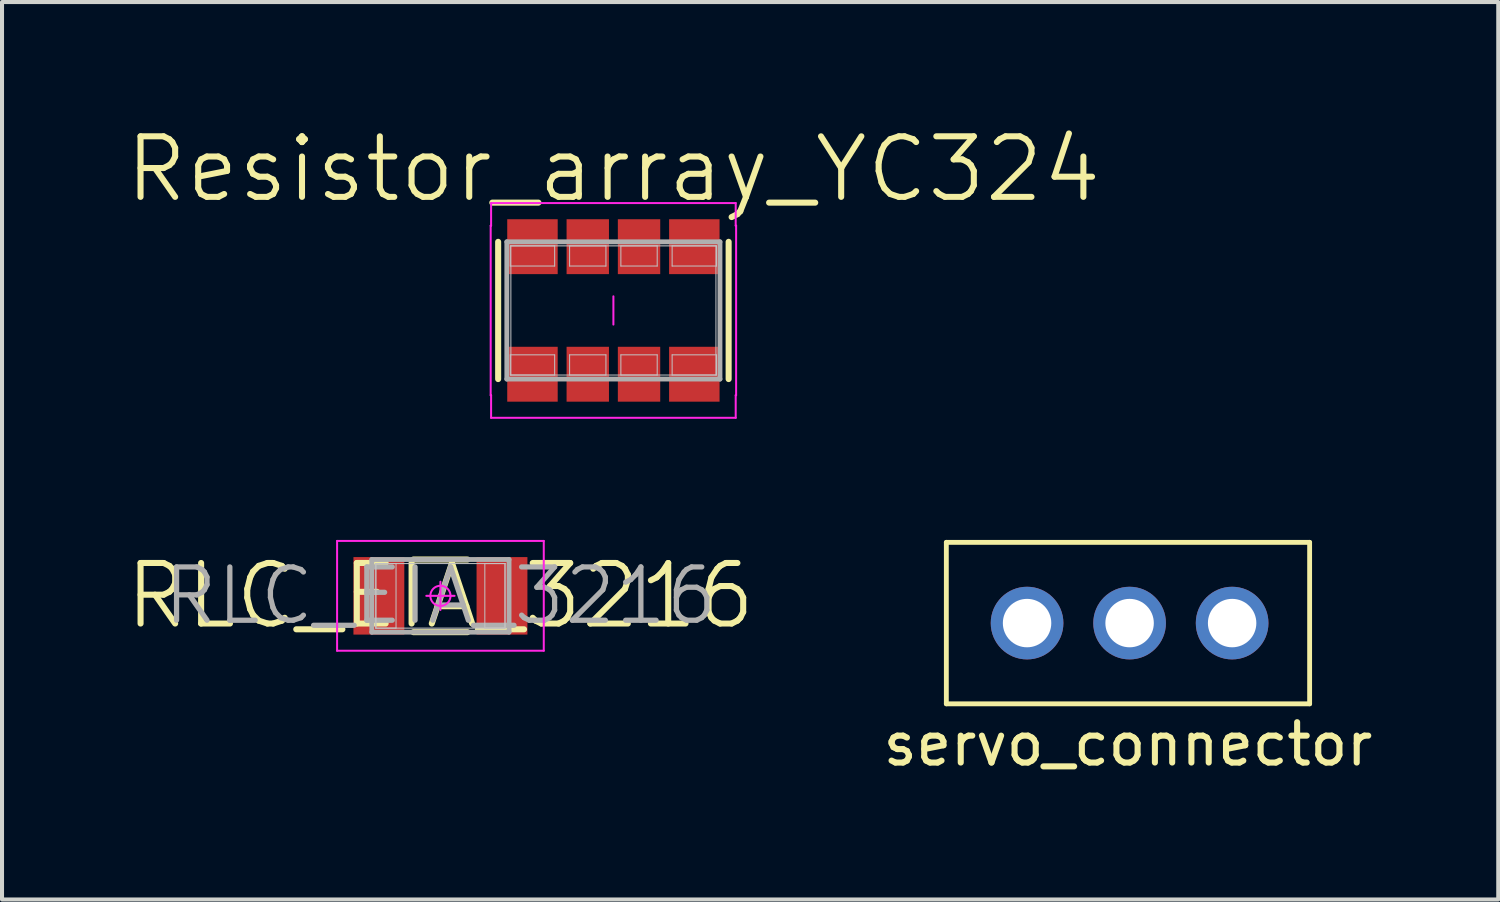
<source format=kicad_pcb>
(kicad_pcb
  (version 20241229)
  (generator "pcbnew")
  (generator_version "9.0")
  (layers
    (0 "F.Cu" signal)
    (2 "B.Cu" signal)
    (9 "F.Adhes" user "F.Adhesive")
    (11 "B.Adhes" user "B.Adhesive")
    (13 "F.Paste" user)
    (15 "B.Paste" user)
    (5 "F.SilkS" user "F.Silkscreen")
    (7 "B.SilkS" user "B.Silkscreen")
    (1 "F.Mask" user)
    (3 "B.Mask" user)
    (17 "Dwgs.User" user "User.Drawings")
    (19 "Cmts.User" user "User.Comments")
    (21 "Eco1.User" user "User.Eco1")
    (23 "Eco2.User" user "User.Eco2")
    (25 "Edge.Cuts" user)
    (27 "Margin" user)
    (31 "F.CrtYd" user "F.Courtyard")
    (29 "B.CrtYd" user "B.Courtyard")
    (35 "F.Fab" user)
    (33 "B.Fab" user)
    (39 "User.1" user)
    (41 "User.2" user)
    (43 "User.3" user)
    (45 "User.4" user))
  (footprint "RLC_EIA_3216"
    (layer "F.Cu")
    (at 7.861 11.711)
    (property "Reference" "RLC_EIA_3216" (at 0 0 0) (layer "F.SilkS") (effects (font (size 1.5 1.5) (thickness 0.15))))
    (attr smd)
    (fp_line (start -0.67 -0.9) (end 0.67 -0.9) (stroke (width 0.15) (type solid)) (layer "F.SilkS"))
    (fp_line (start -0.67 0.9) (end 0.67 0.9) (stroke (width 0.15) (type solid)) (layer "F.SilkS"))
    (fp_line (start -1.6 -0.8) (end -1.1 -0.8) (stroke (width 0.025) (type solid)) (layer "Dwgs.User"))
    (fp_line (start -1.6 -0.8) (end 1.6 -0.8) (stroke (width 0.025) (type solid)) (layer "Dwgs.User"))
    (fp_line (start -1.6 0.8) (end -1.6 -0.8) (stroke (width 0.025) (type solid)) (layer "Dwgs.User"))
    (fp_line (start -1.6 0.8) (end -1.6 -0.8) (stroke (width 0.025) (type solid)) (layer "Dwgs.User"))
    (fp_line (start -1.1 -0.8) (end -1.1 0.8) (stroke (width 0.025) (type solid)) (layer "Dwgs.User"))
    (fp_line (start -1.1 0.8) (end -1.6 0.8) (stroke (width 0.025) (type solid)) (layer "Dwgs.User"))
    (fp_line (start 1.1 -0.8) (end 1.6 -0.8) (stroke (width 0.025) (type solid)) (layer "Dwgs.User"))
    (fp_line (start 1.1 0.8) (end 1.1 -0.8) (stroke (width 0.025) (type solid)) (layer "Dwgs.User"))
    (fp_line (start 1.6 -0.8) (end 1.6 0.8) (stroke (width 0.025) (type solid)) (layer "Dwgs.User"))
    (fp_line (start 1.6 -0.8) (end 1.6 0.8) (stroke (width 0.025) (type solid)) (layer "Dwgs.User"))
    (fp_line (start 1.6 0.8) (end -1.6 0.8) (stroke (width 0.025) (type solid)) (layer "Dwgs.User"))
    (fp_line (start 1.6 0.8) (end 1.1 0.8) (stroke (width 0.025) (type solid)) (layer "Dwgs.User"))
    (fp_line (start -2.56 -1.36) (end 2.56 -1.36) (stroke (width 0.05) (type solid)) (layer "F.CrtYd"))
    (fp_line (start -2.56 1.36) (end -2.56 -1.36) (stroke (width 0.05) (type solid)) (layer "F.CrtYd"))
    (fp_line (start 0 -0.35) (end 0 0.35) (stroke (width 0.05) (type solid)) (layer "F.CrtYd"))
    (fp_line (start 0.35 0) (end -0.35 0) (stroke (width 0.05) (type solid)) (layer "F.CrtYd"))
    (fp_line (start 2.56 -1.36) (end 2.56 1.36) (stroke (width 0.05) (type solid)) (layer "F.CrtYd"))
    (fp_line (start 2.56 1.36) (end -2.56 1.36) (stroke (width 0.05) (type solid)) (layer "F.CrtYd"))
    (fp_circle (center 0 0) (end 0 0.25) (stroke (width 0.05) (type solid)) (fill no) (layer "F.CrtYd"))
    (fp_line (start -1.7 -0.9) (end 1.7 -0.9) (stroke (width 0.12) (type solid)) (layer "F.Fab"))
    (fp_line (start -1.7 0.9) (end -1.7 -0.9) (stroke (width 0.12) (type solid)) (layer "F.Fab"))
    (fp_line (start 1.7 -0.9) (end 1.7 0.9) (stroke (width 0.12) (type solid)) (layer "F.Fab"))
    (fp_line (start 1.7 0.9) (end -1.7 0.9) (stroke (width 0.12) (type solid)) (layer "F.Fab"))
    (fp_text user "${REFERENCE}" (at 0 0 0) (layer "F.Fab") (effects (font (size 1.32 1.32) (thickness 0.13))))
    (pad "1" smd rect (at -1.525 0) (size 1.26 1.92) (layers "F.Cu" "F.Mask" "F.Paste"))
    (pad "2" smd rect (at 1.525 0) (size 1.26 1.92) (layers "F.Cu" "F.Mask" "F.Paste")))
  (footprint "servo_connector"
    (layer "F.Cu")
    (at 24.894 12.386)
    (property "Reference" "servo_connector" (at 0 3 0) (layer "F.SilkS") (effects (font (size 1 1) (thickness 0.15))))
    (attr through_hole)
    (fp_line (start -4.5 -2) (end -4.5 2) (stroke (width 0.12) (type solid)) (layer "F.SilkS"))
    (fp_line (start -4.5 2) (end 4.5 2) (stroke (width 0.12) (type solid)) (layer "F.SilkS"))
    (fp_line (start 4.5 -2) (end -4.5 -2) (stroke (width 0.12) (type solid)) (layer "F.SilkS"))
    (fp_line (start 4.5 2) (end 4.5 -2) (stroke (width 0.12) (type solid)) (layer "F.SilkS"))
    (pad "1" thru_hole circle (at -2.5 0) (size 1.8 1.8) (drill 1.2) (layers "*.Cu" "*.Mask"))
    (pad "2" thru_hole circle (at 0.04 0) (size 1.8 1.8) (drill 1.2) (layers "*.Cu" "*.Mask"))
    (pad "3" thru_hole circle (at 2.58 0) (size 1.8 1.8) (drill 1.2) (layers "*.Cu" "*.Mask")))
  (footprint "Resistor_array_YC324"
    (layer "F.Cu")
    (at 12.146 4.641)
    (property "Reference" "Resistor_array_YC324" (at 0 -3.5 0) (layer "F.SilkS") (effects (font (size 1.5 1.5) (thickness 0.15))))
    (attr smd)
    (fp_line (start -2.855 1.7) (end -2.855 -1.7) (stroke (width 0.15) (type solid)) (layer "F.SilkS"))
    (fp_line (start 2.855 1.7) (end 2.855 -1.7) (stroke (width 0.15) (type solid)) (layer "F.SilkS"))
    (fp_line (start -2.555 -1.6) (end -1.455 -1.6) (stroke (width 0.025) (type solid)) (layer "Dwgs.User"))
    (fp_line (start -2.555 -1.1) (end -2.555 -1.6) (stroke (width 0.025) (type solid)) (layer "Dwgs.User"))
    (fp_line (start -2.555 1.1) (end -1.455 1.1) (stroke (width 0.025) (type solid)) (layer "Dwgs.User"))
    (fp_line (start -2.555 1.6) (end -2.555 1.1) (stroke (width 0.025) (type solid)) (layer "Dwgs.User"))
    (fp_line (start -2.54 -1.6) (end 2.54 -1.6) (stroke (width 0.025) (type solid)) (layer "Dwgs.User"))
    (fp_line (start -2.54 1.6) (end -2.54 -1.6) (stroke (width 0.025) (type solid)) (layer "Dwgs.User"))
    (fp_line (start -1.455 -1.6) (end -1.455 -1.1) (stroke (width 0.025) (type solid)) (layer "Dwgs.User"))
    (fp_line (start -1.455 -1.1) (end -2.555 -1.1) (stroke (width 0.025) (type solid)) (layer "Dwgs.User"))
    (fp_line (start -1.455 1.1) (end -1.455 1.6) (stroke (width 0.025) (type solid)) (layer "Dwgs.User"))
    (fp_line (start -1.455 1.6) (end -2.555 1.6) (stroke (width 0.025) (type solid)) (layer "Dwgs.User"))
    (fp_line (start -1.085 -1.6) (end -0.185 -1.6) (stroke (width 0.025) (type solid)) (layer "Dwgs.User"))
    (fp_line (start -1.085 -1.1) (end -1.085 -1.6) (stroke (width 0.025) (type solid)) (layer "Dwgs.User"))
    (fp_line (start -1.085 1.1) (end -0.185 1.1) (stroke (width 0.025) (type solid)) (layer "Dwgs.User"))
    (fp_line (start -1.085 1.6) (end -1.085 1.1) (stroke (width 0.025) (type solid)) (layer "Dwgs.User"))
    (fp_line (start -0.185 -1.6) (end -0.185 -1.1) (stroke (width 0.025) (type solid)) (layer "Dwgs.User"))
    (fp_line (start -0.185 -1.1) (end -1.085 -1.1) (stroke (width 0.025) (type solid)) (layer "Dwgs.User"))
    (fp_line (start -0.185 1.1) (end -0.185 1.6) (stroke (width 0.025) (type solid)) (layer "Dwgs.User"))
    (fp_line (start -0.185 1.6) (end -1.085 1.6) (stroke (width 0.025) (type solid)) (layer "Dwgs.User"))
    (fp_line (start 0.185 -1.6) (end 1.085 -1.6) (stroke (width 0.025) (type solid)) (layer "Dwgs.User"))
    (fp_line (start 0.185 -1.1) (end 0.185 -1.6) (stroke (width 0.025) (type solid)) (layer "Dwgs.User"))
    (fp_line (start 0.185 1.1) (end 1.085 1.1) (stroke (width 0.025) (type solid)) (layer "Dwgs.User"))
    (fp_line (start 0.185 1.6) (end 0.185 1.1) (stroke (width 0.025) (type solid)) (layer "Dwgs.User"))
    (fp_line (start 1.085 -1.6) (end 1.085 -1.1) (stroke (width 0.025) (type solid)) (layer "Dwgs.User"))
    (fp_line (start 1.085 -1.1) (end 0.185 -1.1) (stroke (width 0.025) (type solid)) (layer "Dwgs.User"))
    (fp_line (start 1.085 1.1) (end 1.085 1.6) (stroke (width 0.025) (type solid)) (layer "Dwgs.User"))
    (fp_line (start 1.085 1.6) (end 0.185 1.6) (stroke (width 0.025) (type solid)) (layer "Dwgs.User"))
    (fp_line (start 1.455 -1.6) (end 2.555 -1.6) (stroke (width 0.025) (type solid)) (layer "Dwgs.User"))
    (fp_line (start 1.455 -1.1) (end 1.455 -1.6) (stroke (width 0.025) (type solid)) (layer "Dwgs.User"))
    (fp_line (start 1.455 1.1) (end 2.555 1.1) (stroke (width 0.025) (type solid)) (layer "Dwgs.User"))
    (fp_line (start 1.455 1.6) (end 1.455 1.1) (stroke (width 0.025) (type solid)) (layer "Dwgs.User"))
    (fp_line (start 2.54 -1.6) (end 2.54 1.6) (stroke (width 0.025) (type solid)) (layer "Dwgs.User"))
    (fp_line (start 2.54 1.6) (end -2.54 1.6) (stroke (width 0.025) (type solid)) (layer "Dwgs.User"))
    (fp_line (start 2.555 -1.6) (end 2.555 -1.1) (stroke (width 0.025) (type solid)) (layer "Dwgs.User"))
    (fp_line (start 2.555 -1.1) (end 1.455 -1.1) (stroke (width 0.025) (type solid)) (layer "Dwgs.User"))
    (fp_line (start 2.555 1.1) (end 2.555 1.6) (stroke (width 0.025) (type solid)) (layer "Dwgs.User"))
    (fp_line (start 2.555 1.6) (end 1.455 1.6) (stroke (width 0.025) (type solid)) (layer "Dwgs.User"))
    (fp_line (start -3.04 -2.1) (end -3.04 2.1) (stroke (width 0.05) (type solid)) (layer "F.CrtYd"))
    (fp_line (start -3.04 2.1) (end -3.03 2.1) (stroke (width 0.05) (type solid)) (layer "F.CrtYd"))
    (fp_line (start -3.03 -2.66) (end -3.03 -2.1) (stroke (width 0.05) (type solid)) (layer "F.CrtYd"))
    (fp_line (start -3.03 -2.1) (end -3.04 -2.1) (stroke (width 0.05) (type solid)) (layer "F.CrtYd"))
    (fp_line (start -3.03 2.1) (end -3.03 2.66) (stroke (width 0.05) (type solid)) (layer "F.CrtYd"))
    (fp_line (start -3.03 2.66) (end 3.03 2.66) (stroke (width 0.05) (type solid)) (layer "F.CrtYd"))
    (fp_line (start 0 -0.35) (end 0 0.35) (stroke (width 0.05) (type solid)) (layer "F.CrtYd"))
    (fp_line (start 3.03 -2.66) (end -3.03 -2.66) (stroke (width 0.05) (type solid)) (layer "F.CrtYd"))
    (fp_line (start 3.03 -2.1) (end 3.03 -2.66) (stroke (width 0.05) (type solid)) (layer "F.CrtYd"))
    (fp_line (start 3.03 2.1) (end 3.04 2.1) (stroke (width 0.05) (type solid)) (layer "F.CrtYd"))
    (fp_line (start 3.03 2.66) (end 3.03 2.1) (stroke (width 0.05) (type solid)) (layer "F.CrtYd"))
    (fp_line (start 3.04 -2.1) (end 3.03 -2.1) (stroke (width 0.05) (type solid)) (layer "F.CrtYd"))
    (fp_line (start 3.04 2.1) (end 3.04 -2.1) (stroke (width 0.05) (type solid)) (layer "F.CrtYd"))
    (fp_line (start -2.64 -1.7) (end 2.64 -1.7) (stroke (width 0.12) (type solid)) (layer "F.Fab"))
    (fp_line (start -2.64 1.7) (end -2.64 -1.7) (stroke (width 0.12) (type solid)) (layer "F.Fab"))
    (fp_line (start 2.64 -1.7) (end 2.64 1.7) (stroke (width 0.12) (type solid)) (layer "F.Fab"))
    (fp_line (start 2.64 1.7) (end -2.64 1.7) (stroke (width 0.12) (type solid)) (layer "F.Fab"))
    (pad "1" smd rect (at -2.005 1.58 90) (size 1.36 1.25) (layers "F.Cu" "F.Mask" "F.Paste"))
    (pad "2" smd rect (at -0.635 1.58 90) (size 1.36 1.05) (layers "F.Cu" "F.Mask" "F.Paste"))
    (pad "3" smd rect (at 0.635 1.58 90) (size 1.36 1.05) (layers "F.Cu" "F.Mask" "F.Paste"))
    (pad "4" smd rect (at 2.005 1.58 90) (size 1.36 1.25) (layers "F.Cu" "F.Mask" "F.Paste"))
    (pad "5" smd rect (at 2.005 -1.58 90) (size 1.36 1.25) (layers "F.Cu" "F.Mask" "F.Paste"))
    (pad "6" smd rect (at 0.635 -1.58 90) (size 1.36 1.05) (layers "F.Cu" "F.Mask" "F.Paste"))
    (pad "7" smd rect (at -0.635 -1.58 90) (size 1.36 1.05) (layers "F.Cu" "F.Mask" "F.Paste"))
    (pad "8" smd rect (at -2.005 -1.58 90) (size 1.36 1.25) (layers "F.Cu" "F.Mask" "F.Paste")))
  (gr_rect
    (start -3 -3)
    (end 34.067 19.234)
    (stroke (width 0.1) (type default))
    (fill no)
    (layer "Edge.Cuts")))
</source>
